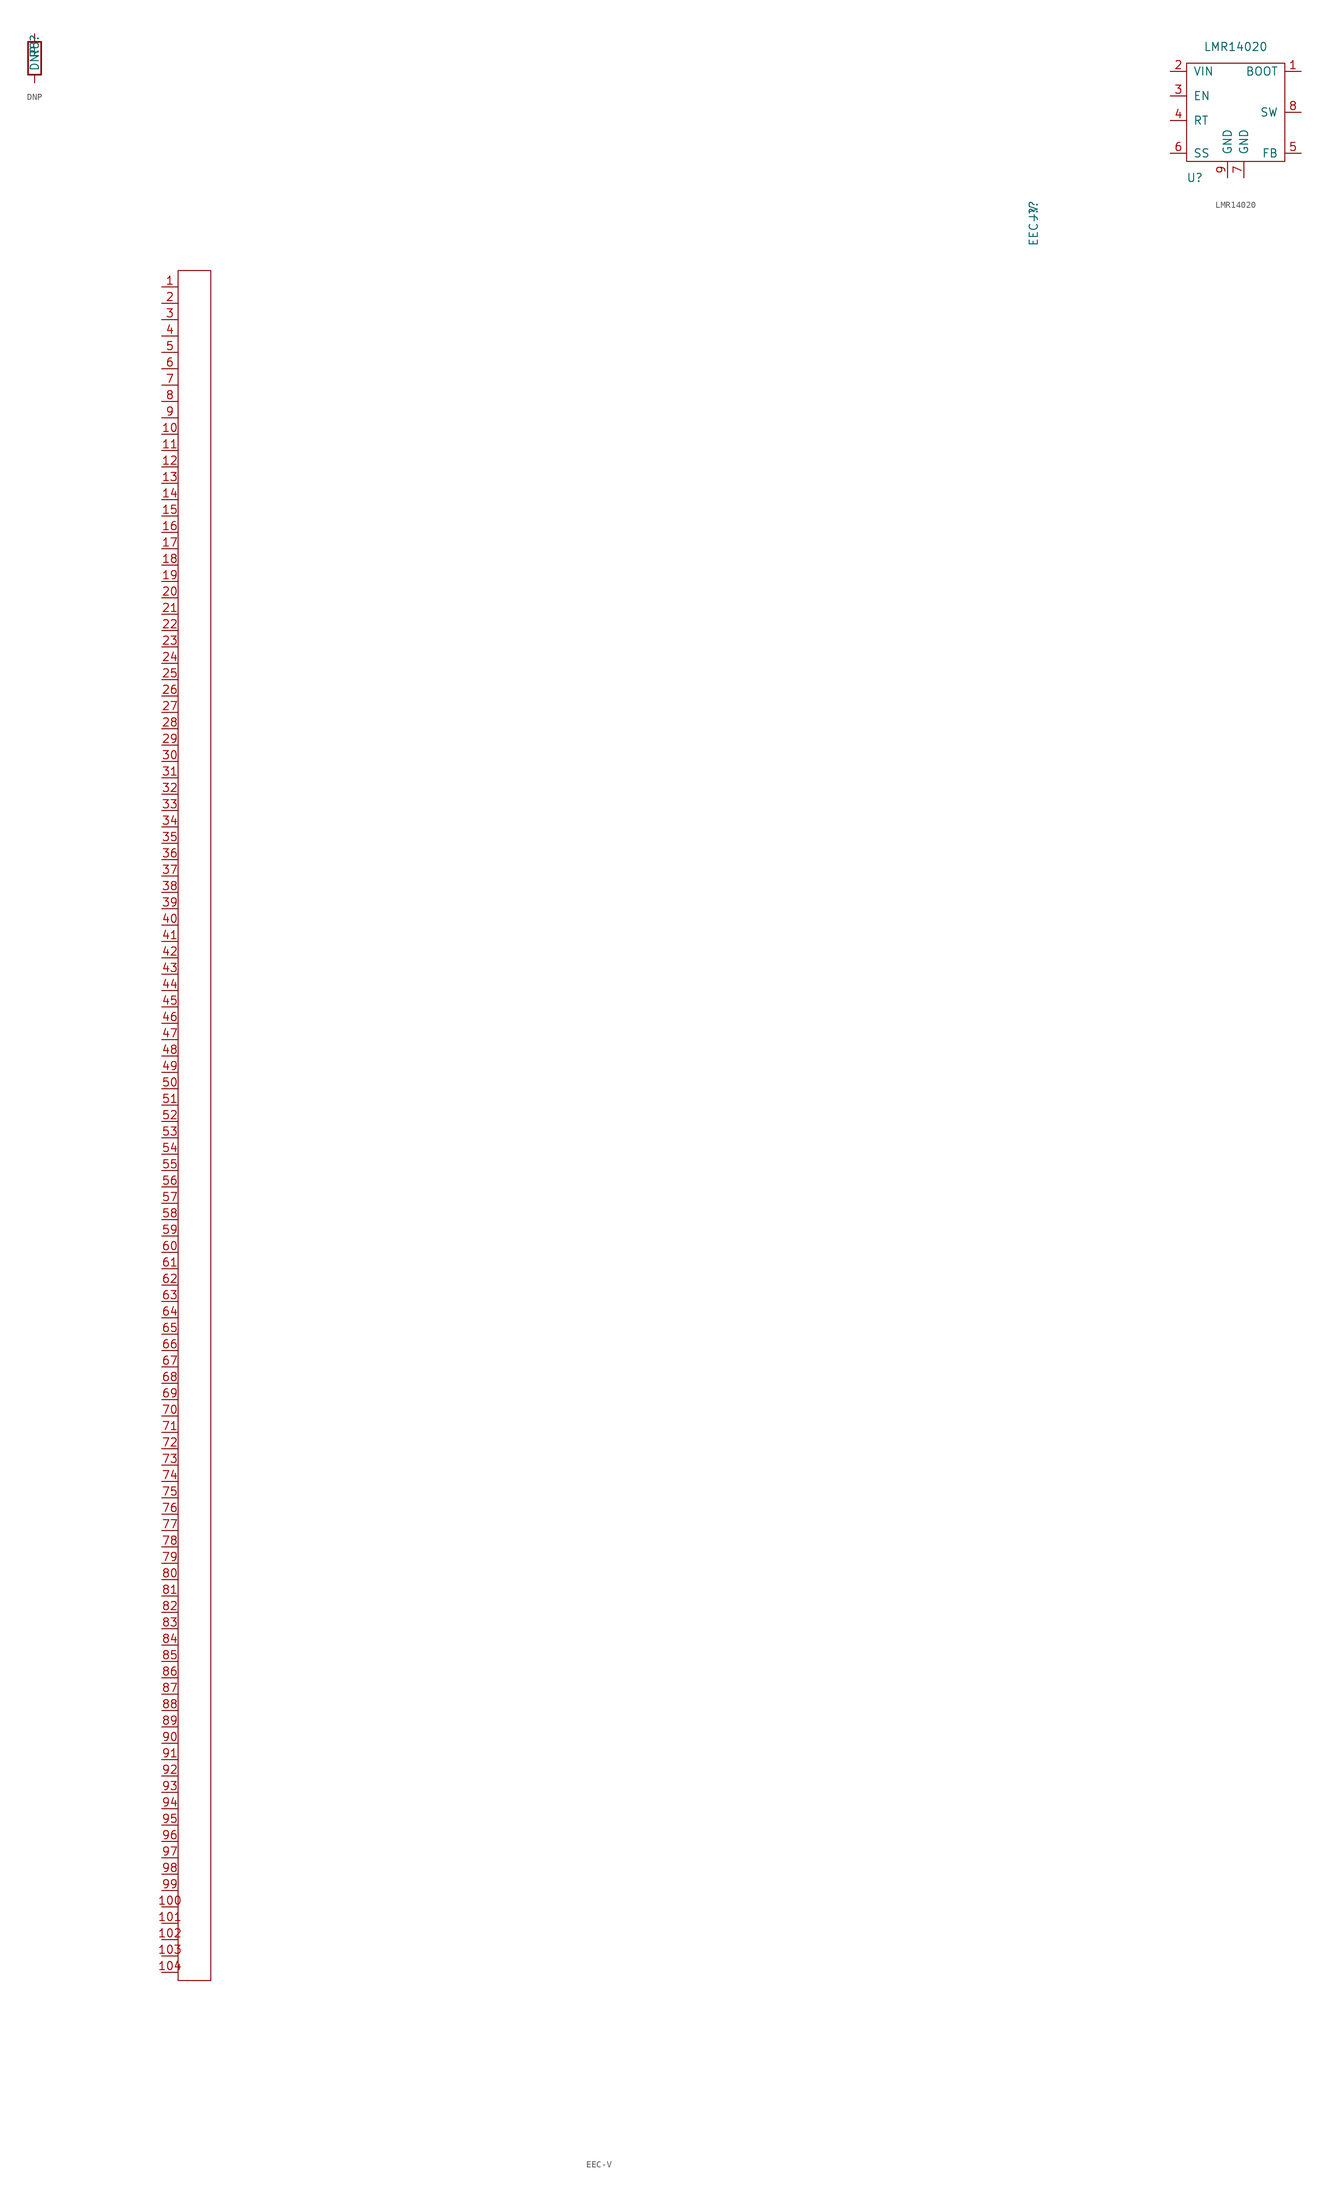
<source format=kicad_sym>
(kicad_symbol_lib
  (version 20211014)
  (generator kicad_symbol_editor)
  (symbol "DNP"
    (pin_numbers hide)
    (pin_names
      (offset 0))
    (property "Reference" "R8"
      (at 0 1.905 90)
      (effects (font (size 1.27 1.27))))
    (property "Value" "DNP"
      (at 0 0 90)
      (effects (font (size 1.27 1.27))))
    (symbol "DNP_0_1"
      (rectangle (start -1.016 -2.54) (end 1.016 2.54) (stroke (width 0.254) (type default) (color 0 0 0 0)) (fill (type none))))
    (symbol "DNP_1_1"
      (pin passive line (at 0 3.81 270) (length 1.27) (name "~" (effects (font (size 1.27 1.27)))) (number "1" (effects (font (size 1.27 1.27)))))
      (pin passive line (at 0 -3.81 90) (length 1.27) (name "~" (effects (font (size 1.27 1.27)))) (number "2" (effects (font (size 1.27 1.27)))))))
  (symbol "EEC-V"
    (pin_names
      (offset 1.016) hide)
    (property "Reference" "J?"
      (at 132.842 9.271 90)
      (effects (font (size 1.27 1.27))))
    (property "Value" "EEC-V"
      (at 132.842 6.96 90)
      (effects (font (size 1.27 1.27))))
    (symbol "EEC-V_0_1"
      (rectangle (start 0 0) (end 5.08 -265.43) (stroke (width 0) (type default) (color 0 0 0 0)) (fill (type none))))
    (symbol "EEC-V_1_1"
      (pin passive line (at -2.54 -2.54 0) (length 2.54) (name "~" (effects (font (size 1.27 1.27)))) (number "1" (effects (font (size 1.27 1.27)))))
      (pin passive line (at -2.54 -25.4 0) (length 2.54) (name "~" (effects (font (size 1.27 1.27)))) (number "10" (effects (font (size 1.27 1.27)))))
      (pin passive line (at -2.54 -254 0) (length 2.54) (name "~" (effects (font (size 1.27 1.27)))) (number "100" (effects (font (size 1.27 1.27)))))
      (pin passive line (at -2.54 -256.54 0) (length 2.54) (name "~" (effects (font (size 1.27 1.27)))) (number "101" (effects (font (size 1.27 1.27)))))
      (pin passive line (at -2.54 -259.08 0) (length 2.54) (name "~" (effects (font (size 1.27 1.27)))) (number "102" (effects (font (size 1.27 1.27)))))
      (pin passive line (at -2.54 -261.62 0) (length 2.54) (name "~" (effects (font (size 1.27 1.27)))) (number "103" (effects (font (size 1.27 1.27)))))
      (pin passive line (at -2.54 -264.16 0) (length 2.54) (name "~" (effects (font (size 1.27 1.27)))) (number "104" (effects (font (size 1.27 1.27)))))
      (pin passive line (at -2.54 -27.94 0) (length 2.54) (name "~" (effects (font (size 1.27 1.27)))) (number "11" (effects (font (size 1.27 1.27)))))
      (pin passive line (at -2.54 -30.48 0) (length 2.54) (name "~" (effects (font (size 1.27 1.27)))) (number "12" (effects (font (size 1.27 1.27)))))
      (pin passive line (at -2.54 -33.02 0) (length 2.54) (name "~" (effects (font (size 1.27 1.27)))) (number "13" (effects (font (size 1.27 1.27)))))
      (pin passive line (at -2.54 -35.56 0) (length 2.54) (name "~" (effects (font (size 1.27 1.27)))) (number "14" (effects (font (size 1.27 1.27)))))
      (pin passive line (at -2.54 -38.1 0) (length 2.54) (name "~" (effects (font (size 1.27 1.27)))) (number "15" (effects (font (size 1.27 1.27)))))
      (pin passive line (at -2.54 -40.64 0) (length 2.54) (name "~" (effects (font (size 1.27 1.27)))) (number "16" (effects (font (size 1.27 1.27)))))
      (pin passive line (at -2.54 -43.18 0) (length 2.54) (name "~" (effects (font (size 1.27 1.27)))) (number "17" (effects (font (size 1.27 1.27)))))
      (pin passive line (at -2.54 -45.72 0) (length 2.54) (name "~" (effects (font (size 1.27 1.27)))) (number "18" (effects (font (size 1.27 1.27)))))
      (pin passive line (at -2.54 -48.26 0) (length 2.54) (name "~" (effects (font (size 1.27 1.27)))) (number "19" (effects (font (size 1.27 1.27)))))
      (pin passive line (at -2.54 -5.08 0) (length 2.54) (name "~" (effects (font (size 1.27 1.27)))) (number "2" (effects (font (size 1.27 1.27)))))
      (pin passive line (at -2.54 -50.8 0) (length 2.54) (name "~" (effects (font (size 1.27 1.27)))) (number "20" (effects (font (size 1.27 1.27)))))
      (pin passive line (at -2.54 -53.34 0) (length 2.54) (name "~" (effects (font (size 1.27 1.27)))) (number "21" (effects (font (size 1.27 1.27)))))
      (pin passive line (at -2.54 -55.88 0) (length 2.54) (name "~" (effects (font (size 1.27 1.27)))) (number "22" (effects (font (size 1.27 1.27)))))
      (pin passive line (at -2.54 -58.42 0) (length 2.54) (name "~" (effects (font (size 1.27 1.27)))) (number "23" (effects (font (size 1.27 1.27)))))
      (pin passive line (at -2.54 -60.96 0) (length 2.54) (name "~" (effects (font (size 1.27 1.27)))) (number "24" (effects (font (size 1.27 1.27)))))
      (pin passive line (at -2.54 -63.5 0) (length 2.54) (name "~" (effects (font (size 1.27 1.27)))) (number "25" (effects (font (size 1.27 1.27)))))
      (pin passive line (at -2.54 -66.04 0) (length 2.54) (name "~" (effects (font (size 1.27 1.27)))) (number "26" (effects (font (size 1.27 1.27)))))
      (pin passive line (at -2.54 -68.58 0) (length 2.54) (name "~" (effects (font (size 1.27 1.27)))) (number "27" (effects (font (size 1.27 1.27)))))
      (pin passive line (at -2.54 -71.12 0) (length 2.54) (name "~" (effects (font (size 1.27 1.27)))) (number "28" (effects (font (size 1.27 1.27)))))
      (pin passive line (at -2.54 -73.66 0) (length 2.54) (name "~" (effects (font (size 1.27 1.27)))) (number "29" (effects (font (size 1.27 1.27)))))
      (pin passive line (at -2.54 -7.62 0) (length 2.54) (name "~" (effects (font (size 1.27 1.27)))) (number "3" (effects (font (size 1.27 1.27)))))
      (pin passive line (at -2.54 -76.2 0) (length 2.54) (name "~" (effects (font (size 1.27 1.27)))) (number "30" (effects (font (size 1.27 1.27)))))
      (pin passive line (at -2.54 -78.74 0) (length 2.54) (name "~" (effects (font (size 1.27 1.27)))) (number "31" (effects (font (size 1.27 1.27)))))
      (pin passive line (at -2.54 -81.28 0) (length 2.54) (name "~" (effects (font (size 1.27 1.27)))) (number "32" (effects (font (size 1.27 1.27)))))
      (pin passive line (at -2.54 -83.82 0) (length 2.54) (name "~" (effects (font (size 1.27 1.27)))) (number "33" (effects (font (size 1.27 1.27)))))
      (pin passive line (at -2.54 -86.36 0) (length 2.54) (name "~" (effects (font (size 1.27 1.27)))) (number "34" (effects (font (size 1.27 1.27)))))
      (pin passive line (at -2.54 -88.9 0) (length 2.54) (name "~" (effects (font (size 1.27 1.27)))) (number "35" (effects (font (size 1.27 1.27)))))
      (pin passive line (at -2.54 -91.44 0) (length 2.54) (name "~" (effects (font (size 1.27 1.27)))) (number "36" (effects (font (size 1.27 1.27)))))
      (pin passive line (at -2.54 -93.98 0) (length 2.54) (name "~" (effects (font (size 1.27 1.27)))) (number "37" (effects (font (size 1.27 1.27)))))
      (pin passive line (at -2.54 -96.52 0) (length 2.54) (name "~" (effects (font (size 1.27 1.27)))) (number "38" (effects (font (size 1.27 1.27)))))
      (pin passive line (at -2.54 -99.06 0) (length 2.54) (name "~" (effects (font (size 1.27 1.27)))) (number "39" (effects (font (size 1.27 1.27)))))
      (pin passive line (at -2.54 -10.16 0) (length 2.54) (name "~" (effects (font (size 1.27 1.27)))) (number "4" (effects (font (size 1.27 1.27)))))
      (pin passive line (at -2.54 -101.6 0) (length 2.54) (name "~" (effects (font (size 1.27 1.27)))) (number "40" (effects (font (size 1.27 1.27)))))
      (pin passive line (at -2.54 -104.14 0) (length 2.54) (name "~" (effects (font (size 1.27 1.27)))) (number "41" (effects (font (size 1.27 1.27)))))
      (pin passive line (at -2.54 -106.68 0) (length 2.54) (name "~" (effects (font (size 1.27 1.27)))) (number "42" (effects (font (size 1.27 1.27)))))
      (pin passive line (at -2.54 -109.22 0) (length 2.54) (name "~" (effects (font (size 1.27 1.27)))) (number "43" (effects (font (size 1.27 1.27)))))
      (pin passive line (at -2.54 -111.76 0) (length 2.54) (name "~" (effects (font (size 1.27 1.27)))) (number "44" (effects (font (size 1.27 1.27)))))
      (pin passive line (at -2.54 -114.3 0) (length 2.54) (name "~" (effects (font (size 1.27 1.27)))) (number "45" (effects (font (size 1.27 1.27)))))
      (pin passive line (at -2.54 -116.84 0) (length 2.54) (name "~" (effects (font (size 1.27 1.27)))) (number "46" (effects (font (size 1.27 1.27)))))
      (pin passive line (at -2.54 -119.38 0) (length 2.54) (name "~" (effects (font (size 1.27 1.27)))) (number "47" (effects (font (size 1.27 1.27)))))
      (pin passive line (at -2.54 -121.92 0) (length 2.54) (name "~" (effects (font (size 1.27 1.27)))) (number "48" (effects (font (size 1.27 1.27)))))
      (pin passive line (at -2.54 -124.46 0) (length 2.54) (name "~" (effects (font (size 1.27 1.27)))) (number "49" (effects (font (size 1.27 1.27)))))
      (pin passive line (at -2.54 -12.7 0) (length 2.54) (name "~" (effects (font (size 1.27 1.27)))) (number "5" (effects (font (size 1.27 1.27)))))
      (pin passive line (at -2.54 -127 0) (length 2.54) (name "~" (effects (font (size 1.27 1.27)))) (number "50" (effects (font (size 1.27 1.27)))))
      (pin passive line (at -2.54 -129.54 0) (length 2.54) (name "~" (effects (font (size 1.27 1.27)))) (number "51" (effects (font (size 1.27 1.27)))))
      (pin passive line (at -2.54 -132.08 0) (length 2.54) (name "~" (effects (font (size 1.27 1.27)))) (number "52" (effects (font (size 1.27 1.27)))))
      (pin passive line (at -2.54 -134.62 0) (length 2.54) (name "~" (effects (font (size 1.27 1.27)))) (number "53" (effects (font (size 1.27 1.27)))))
      (pin passive line (at -2.54 -137.16 0) (length 2.54) (name "~" (effects (font (size 1.27 1.27)))) (number "54" (effects (font (size 1.27 1.27)))))
      (pin passive line (at -2.54 -139.7 0) (length 2.54) (name "~" (effects (font (size 1.27 1.27)))) (number "55" (effects (font (size 1.27 1.27)))))
      (pin passive line (at -2.54 -142.24 0) (length 2.54) (name "~" (effects (font (size 1.27 1.27)))) (number "56" (effects (font (size 1.27 1.27)))))
      (pin passive line (at -2.54 -144.78 0) (length 2.54) (name "~" (effects (font (size 1.27 1.27)))) (number "57" (effects (font (size 1.27 1.27)))))
      (pin passive line (at -2.54 -147.32 0) (length 2.54) (name "~" (effects (font (size 1.27 1.27)))) (number "58" (effects (font (size 1.27 1.27)))))
      (pin passive line (at -2.54 -149.86 0) (length 2.54) (name "~" (effects (font (size 1.27 1.27)))) (number "59" (effects (font (size 1.27 1.27)))))
      (pin passive line (at -2.54 -15.24 0) (length 2.54) (name "~" (effects (font (size 1.27 1.27)))) (number "6" (effects (font (size 1.27 1.27)))))
      (pin passive line (at -2.54 -152.4 0) (length 2.54) (name "~" (effects (font (size 1.27 1.27)))) (number "60" (effects (font (size 1.27 1.27)))))
      (pin passive line (at -2.54 -154.94 0) (length 2.54) (name "~" (effects (font (size 1.27 1.27)))) (number "61" (effects (font (size 1.27 1.27)))))
      (pin passive line (at -2.54 -157.48 0) (length 2.54) (name "~" (effects (font (size 1.27 1.27)))) (number "62" (effects (font (size 1.27 1.27)))))
      (pin passive line (at -2.54 -160.02 0) (length 2.54) (name "~" (effects (font (size 1.27 1.27)))) (number "63" (effects (font (size 1.27 1.27)))))
      (pin passive line (at -2.54 -162.56 0) (length 2.54) (name "~" (effects (font (size 1.27 1.27)))) (number "64" (effects (font (size 1.27 1.27)))))
      (pin passive line (at -2.54 -165.1 0) (length 2.54) (name "~" (effects (font (size 1.27 1.27)))) (number "65" (effects (font (size 1.27 1.27)))))
      (pin passive line (at -2.54 -167.64 0) (length 2.54) (name "~" (effects (font (size 1.27 1.27)))) (number "66" (effects (font (size 1.27 1.27)))))
      (pin passive line (at -2.54 -170.18 0) (length 2.54) (name "~" (effects (font (size 1.27 1.27)))) (number "67" (effects (font (size 1.27 1.27)))))
      (pin passive line (at -2.54 -172.72 0) (length 2.54) (name "~" (effects (font (size 1.27 1.27)))) (number "68" (effects (font (size 1.27 1.27)))))
      (pin passive line (at -2.54 -175.26 0) (length 2.54) (name "~" (effects (font (size 1.27 1.27)))) (number "69" (effects (font (size 1.27 1.27)))))
      (pin passive line (at -2.54 -17.78 0) (length 2.54) (name "~" (effects (font (size 1.27 1.27)))) (number "7" (effects (font (size 1.27 1.27)))))
      (pin passive line (at -2.54 -177.8 0) (length 2.54) (name "~" (effects (font (size 1.27 1.27)))) (number "70" (effects (font (size 1.27 1.27)))))
      (pin passive line (at -2.54 -180.34 0) (length 2.54) (name "~" (effects (font (size 1.27 1.27)))) (number "71" (effects (font (size 1.27 1.27)))))
      (pin passive line (at -2.54 -182.88 0) (length 2.54) (name "~" (effects (font (size 1.27 1.27)))) (number "72" (effects (font (size 1.27 1.27)))))
      (pin passive line (at -2.54 -185.42 0) (length 2.54) (name "~" (effects (font (size 1.27 1.27)))) (number "73" (effects (font (size 1.27 1.27)))))
      (pin passive line (at -2.54 -187.96 0) (length 2.54) (name "~" (effects (font (size 1.27 1.27)))) (number "74" (effects (font (size 1.27 1.27)))))
      (pin passive line (at -2.54 -190.5 0) (length 2.54) (name "~" (effects (font (size 1.27 1.27)))) (number "75" (effects (font (size 1.27 1.27)))))
      (pin passive line (at -2.54 -193.04 0) (length 2.54) (name "~" (effects (font (size 1.27 1.27)))) (number "76" (effects (font (size 1.27 1.27)))))
      (pin passive line (at -2.54 -195.58 0) (length 2.54) (name "~" (effects (font (size 1.27 1.27)))) (number "77" (effects (font (size 1.27 1.27)))))
      (pin passive line (at -2.54 -198.12 0) (length 2.54) (name "~" (effects (font (size 1.27 1.27)))) (number "78" (effects (font (size 1.27 1.27)))))
      (pin passive line (at -2.54 -200.66 0) (length 2.54) (name "~" (effects (font (size 1.27 1.27)))) (number "79" (effects (font (size 1.27 1.27)))))
      (pin passive line (at -2.54 -20.32 0) (length 2.54) (name "~" (effects (font (size 1.27 1.27)))) (number "8" (effects (font (size 1.27 1.27)))))
      (pin passive line (at -2.54 -203.2 0) (length 2.54) (name "~" (effects (font (size 1.27 1.27)))) (number "80" (effects (font (size 1.27 1.27)))))
      (pin passive line (at -2.54 -205.74 0) (length 2.54) (name "~" (effects (font (size 1.27 1.27)))) (number "81" (effects (font (size 1.27 1.27)))))
      (pin passive line (at -2.54 -208.28 0) (length 2.54) (name "~" (effects (font (size 1.27 1.27)))) (number "82" (effects (font (size 1.27 1.27)))))
      (pin passive line (at -2.54 -210.82 0) (length 2.54) (name "~" (effects (font (size 1.27 1.27)))) (number "83" (effects (font (size 1.27 1.27)))))
      (pin passive line (at -2.54 -213.36 0) (length 2.54) (name "~" (effects (font (size 1.27 1.27)))) (number "84" (effects (font (size 1.27 1.27)))))
      (pin passive line (at -2.54 -215.9 0) (length 2.54) (name "~" (effects (font (size 1.27 1.27)))) (number "85" (effects (font (size 1.27 1.27)))))
      (pin passive line (at -2.54 -218.44 0) (length 2.54) (name "~" (effects (font (size 1.27 1.27)))) (number "86" (effects (font (size 1.27 1.27)))))
      (pin passive line (at -2.54 -220.98 0) (length 2.54) (name "~" (effects (font (size 1.27 1.27)))) (number "87" (effects (font (size 1.27 1.27)))))
      (pin passive line (at -2.54 -223.52 0) (length 2.54) (name "~" (effects (font (size 1.27 1.27)))) (number "88" (effects (font (size 1.27 1.27)))))
      (pin passive line (at -2.54 -226.06 0) (length 2.54) (name "~" (effects (font (size 1.27 1.27)))) (number "89" (effects (font (size 1.27 1.27)))))
      (pin passive line (at -2.54 -22.86 0) (length 2.54) (name "~" (effects (font (size 1.27 1.27)))) (number "9" (effects (font (size 1.27 1.27)))))
      (pin passive line (at -2.54 -228.6 0) (length 2.54) (name "~" (effects (font (size 1.27 1.27)))) (number "90" (effects (font (size 1.27 1.27)))))
      (pin passive line (at -2.54 -231.14 0) (length 2.54) (name "~" (effects (font (size 1.27 1.27)))) (number "91" (effects (font (size 1.27 1.27)))))
      (pin passive line (at -2.54 -233.68 0) (length 2.54) (name "~" (effects (font (size 1.27 1.27)))) (number "92" (effects (font (size 1.27 1.27)))))
      (pin passive line (at -2.54 -236.22 0) (length 2.54) (name "~" (effects (font (size 1.27 1.27)))) (number "93" (effects (font (size 1.27 1.27)))))
      (pin passive line (at -2.54 -238.76 0) (length 2.54) (name "~" (effects (font (size 1.27 1.27)))) (number "94" (effects (font (size 1.27 1.27)))))
      (pin passive line (at -2.54 -241.3 0) (length 2.54) (name "~" (effects (font (size 1.27 1.27)))) (number "95" (effects (font (size 1.27 1.27)))))
      (pin passive line (at -2.54 -243.84 0) (length 2.54) (name "~" (effects (font (size 1.27 1.27)))) (number "96" (effects (font (size 1.27 1.27)))))
      (pin passive line (at -2.54 -246.38 0) (length 2.54) (name "~" (effects (font (size 1.27 1.27)))) (number "97" (effects (font (size 1.27 1.27)))))
      (pin passive line (at -2.54 -248.92 0) (length 2.54) (name "~" (effects (font (size 1.27 1.27)))) (number "98" (effects (font (size 1.27 1.27)))))
      (pin passive line (at -2.54 -251.46 0) (length 2.54) (name "~" (effects (font (size 1.27 1.27)))) (number "99" (effects (font (size 1.27 1.27)))))))
  (symbol "LMR14020"
    (pin_names
      (offset 1.016))
    (property "Reference" "U"
      (at -3.81 -11.43 0)
      (effects (font (size 1.27 1.27))))
    (property "Value" "LMR14020"
      (at 2.54 8.89 0)
      (effects (font (size 1.27 1.27))))
    (symbol "LMR14020_0_1"
      (rectangle (start -5.08 -8.89) (end 10.16 6.35) (stroke (width 0) (type default) (color 0 0 0 0)) (fill (type none))))
    (symbol "LMR14020_1_1"
      (pin bidirectional line (at 12.7 5.08 180) (length 2.54) (name "BOOT" (effects (font (size 1.27 1.27)))) (number "1" (effects (font (size 1.27 1.27)))))
      (pin power_in line (at -7.62 5.08 0) (length 2.54) (name "VIN" (effects (font (size 1.27 1.27)))) (number "2" (effects (font (size 1.27 1.27)))))
      (pin input line (at -7.62 1.27 0) (length 2.54) (name "EN" (effects (font (size 1.27 1.27)))) (number "3" (effects (font (size 1.27 1.27)))))
      (pin bidirectional line (at -7.62 -2.54 0) (length 2.54) (name "RT" (effects (font (size 1.27 1.27)))) (number "4" (effects (font (size 1.27 1.27)))))
      (pin input line (at 12.7 -7.62 180) (length 2.54) (name "FB" (effects (font (size 1.27 1.27)))) (number "5" (effects (font (size 1.27 1.27)))))
      (pin bidirectional line (at -7.62 -7.62 0) (length 2.54) (name "SS" (effects (font (size 1.27 1.27)))) (number "6" (effects (font (size 1.27 1.27)))))
      (pin power_in line (at 3.81 -11.43 90) (length 2.54) (name "GND" (effects (font (size 1.27 1.27)))) (number "7" (effects (font (size 1.27 1.27)))))
      (pin power_out line (at 12.7 -1.27 180) (length 2.54) (name "SW" (effects (font (size 1.27 1.27)))) (number "8" (effects (font (size 1.27 1.27)))))
      (pin power_in line (at 1.27 -11.43 90) (length 2.54) (name "GND" (effects (font (size 1.27 1.27)))) (number "9" (effects (font (size 1.27 1.27))))))))
</source>
